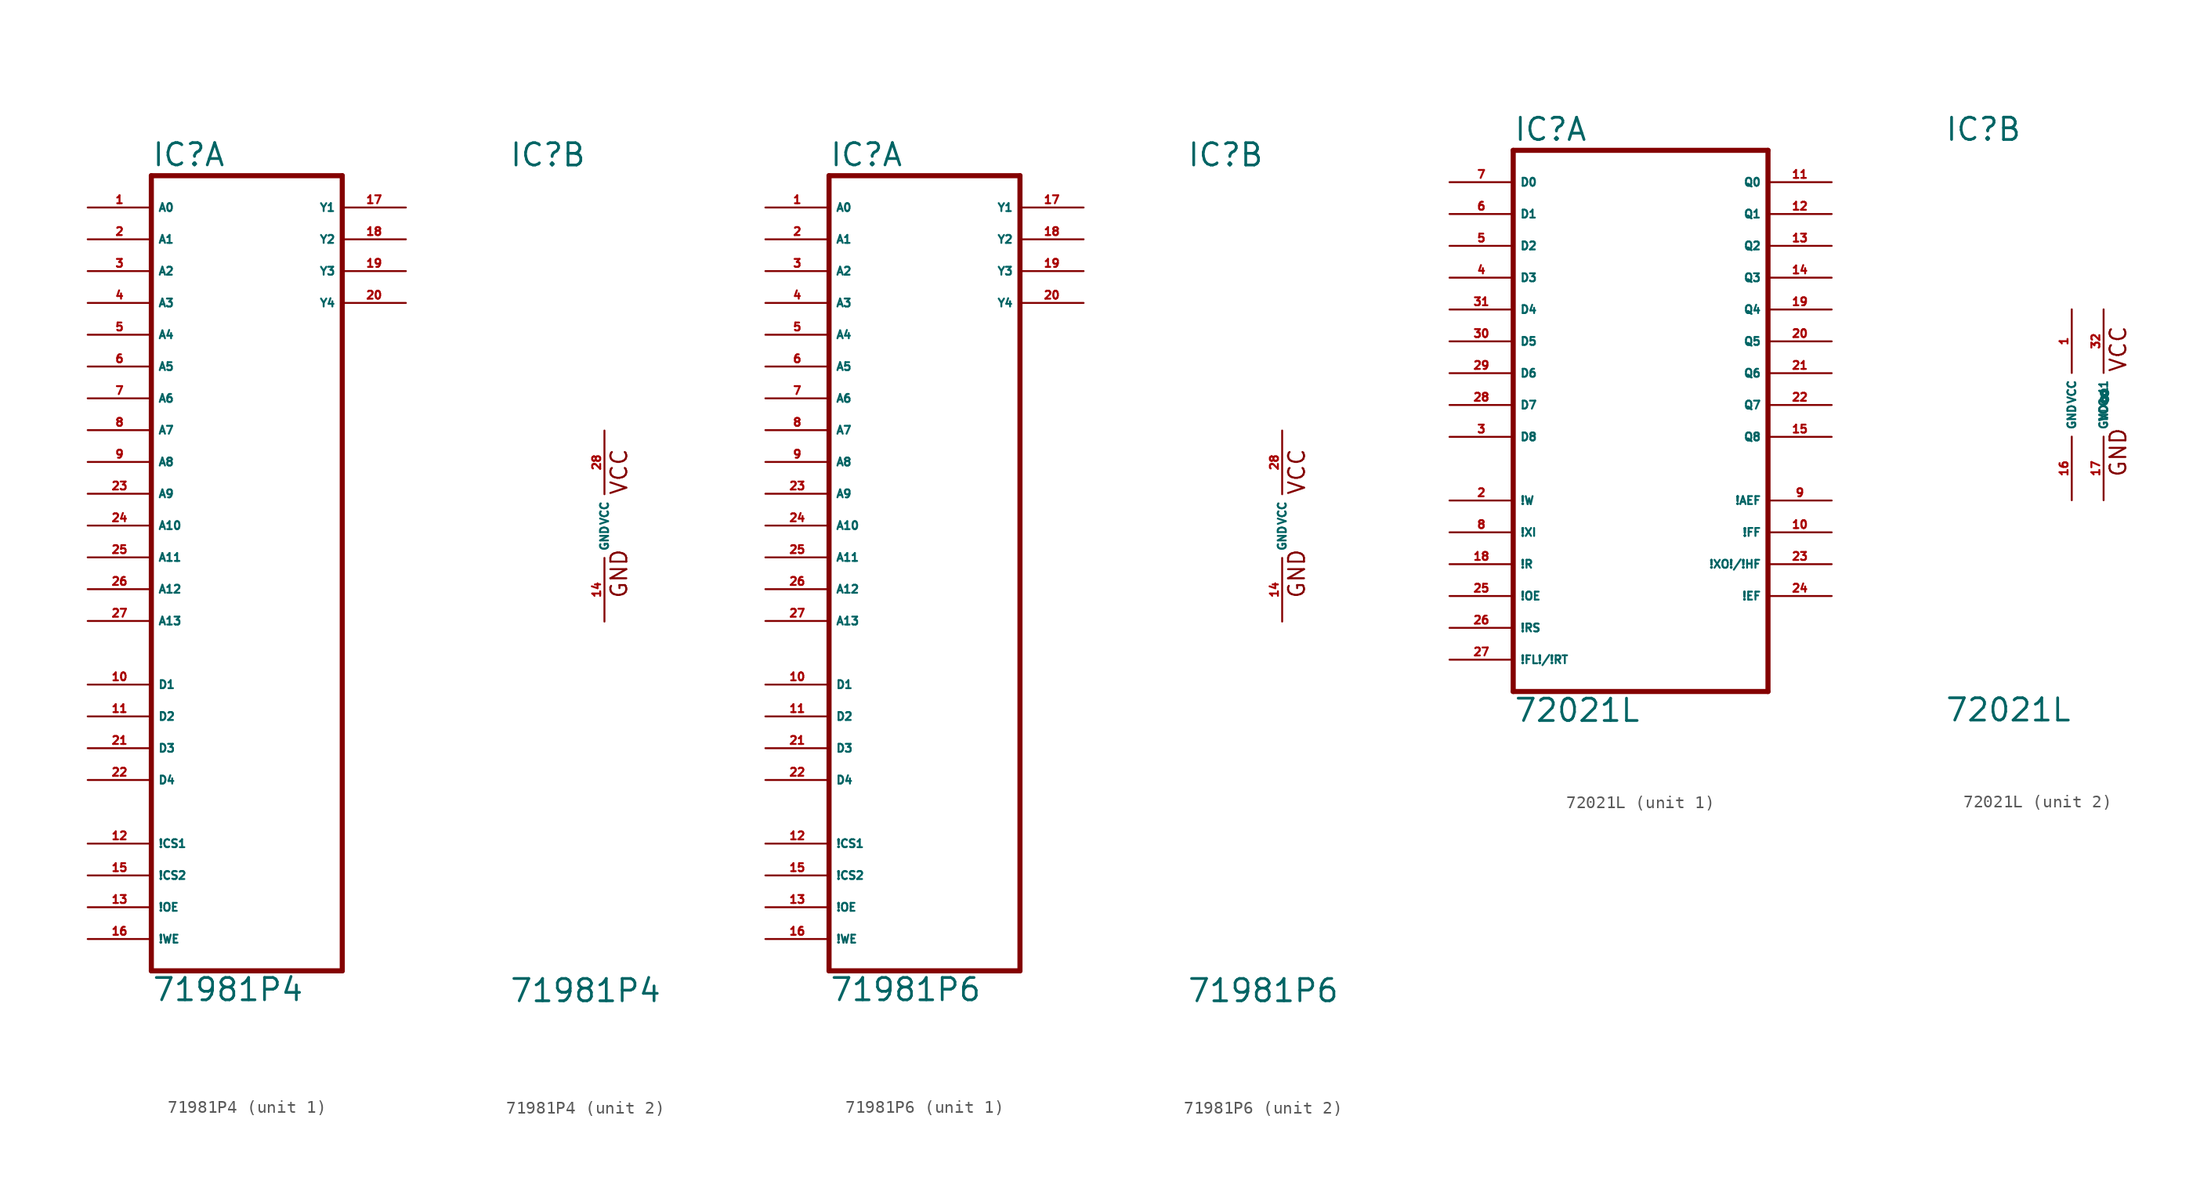
<source format=kicad_sym>
(kicad_symbol_lib
  (version 20220914)
  (generator Eagle2Kicad)
  (symbol "71981P4"
    (property "Reference" "IC"
      (at -7.62 28.575 0)
      (effects (font (size 1.778 1.778) (thickness 0.22)) (justify left bottom)))
    (property "Value" "71981P4"
      (at -7.62 -38.1 0)
      (effects (font (size 1.778 1.778) (thickness 0.22)) (justify left bottom)))
    (symbol "71981P4_1_0"
      (polyline (pts (xy -7.62 -35.56) (xy 7.62 -35.56)) (stroke (width 0.406) (type default)) (fill (type none)))
      (polyline (pts (xy 7.62 -35.56) (xy 7.62 27.94)) (stroke (width 0.406) (type default)) (fill (type none)))
      (polyline (pts (xy 7.62 27.94) (xy -7.62 27.94)) (stroke (width 0.406) (type default)) (fill (type none)))
      (polyline (pts (xy -7.62 27.94) (xy -7.62 -35.56)) (stroke (width 0.406) (type default)) (fill (type none)))
      (pin input line (at -12.7 25.4 0) (length 5.08) (name "A0" (effects (font (size 0.635 0.635) (thickness 0.08)) (justify left bottom))) (number "1" (effects (font (size 0.635 0.635) (thickness 0.08)) (justify left bottom))))
      (pin input line (at -12.7 22.86 0) (length 5.08) (name "A1" (effects (font (size 0.635 0.635) (thickness 0.08)) (justify left bottom))) (number "2" (effects (font (size 0.635 0.635) (thickness 0.08)) (justify left bottom))))
      (pin input line (at -12.7 20.32 0) (length 5.08) (name "A2" (effects (font (size 0.635 0.635) (thickness 0.08)) (justify left bottom))) (number "3" (effects (font (size 0.635 0.635) (thickness 0.08)) (justify left bottom))))
      (pin input line (at -12.7 17.78 0) (length 5.08) (name "A3" (effects (font (size 0.635 0.635) (thickness 0.08)) (justify left bottom))) (number "4" (effects (font (size 0.635 0.635) (thickness 0.08)) (justify left bottom))))
      (pin input line (at -12.7 15.24 0) (length 5.08) (name "A4" (effects (font (size 0.635 0.635) (thickness 0.08)) (justify left bottom))) (number "5" (effects (font (size 0.635 0.635) (thickness 0.08)) (justify left bottom))))
      (pin input line (at -12.7 12.7 0) (length 5.08) (name "A5" (effects (font (size 0.635 0.635) (thickness 0.08)) (justify left bottom))) (number "6" (effects (font (size 0.635 0.635) (thickness 0.08)) (justify left bottom))))
      (pin input line (at -12.7 10.16 0) (length 5.08) (name "A6" (effects (font (size 0.635 0.635) (thickness 0.08)) (justify left bottom))) (number "7" (effects (font (size 0.635 0.635) (thickness 0.08)) (justify left bottom))))
      (pin input line (at -12.7 7.62 0) (length 5.08) (name "A7" (effects (font (size 0.635 0.635) (thickness 0.08)) (justify left bottom))) (number "8" (effects (font (size 0.635 0.635) (thickness 0.08)) (justify left bottom))))
      (pin input line (at -12.7 5.08 0) (length 5.08) (name "A8" (effects (font (size 0.635 0.635) (thickness 0.08)) (justify left bottom))) (number "9" (effects (font (size 0.635 0.635) (thickness 0.08)) (justify left bottom))))
      (pin input line (at -12.7 2.54 0) (length 5.08) (name "A9" (effects (font (size 0.635 0.635) (thickness 0.08)) (justify left bottom))) (number "23" (effects (font (size 0.635 0.635) (thickness 0.08)) (justify left bottom))))
      (pin input line (at -12.7 0 0) (length 5.08) (name "A10" (effects (font (size 0.635 0.635) (thickness 0.08)) (justify left bottom))) (number "24" (effects (font (size 0.635 0.635) (thickness 0.08)) (justify left bottom))))
      (pin input line (at -12.7 -2.54 0) (length 5.08) (name "A11" (effects (font (size 0.635 0.635) (thickness 0.08)) (justify left bottom))) (number "25" (effects (font (size 0.635 0.635) (thickness 0.08)) (justify left bottom))))
      (pin input line (at -12.7 -5.08 0) (length 5.08) (name "A12" (effects (font (size 0.635 0.635) (thickness 0.08)) (justify left bottom))) (number "26" (effects (font (size 0.635 0.635) (thickness 0.08)) (justify left bottom))))
      (pin input line (at -12.7 -7.62 0) (length 5.08) (name "A13" (effects (font (size 0.635 0.635) (thickness 0.08)) (justify left bottom))) (number "27" (effects (font (size 0.635 0.635) (thickness 0.08)) (justify left bottom))))
      (pin input line (at -12.7 -12.7 0) (length 5.08) (name "D1" (effects (font (size 0.635 0.635) (thickness 0.08)) (justify left bottom))) (number "10" (effects (font (size 0.635 0.635) (thickness 0.08)) (justify left bottom))))
      (pin input line (at -12.7 -15.24 0) (length 5.08) (name "D2" (effects (font (size 0.635 0.635) (thickness 0.08)) (justify left bottom))) (number "11" (effects (font (size 0.635 0.635) (thickness 0.08)) (justify left bottom))))
      (pin input line (at -12.7 -17.78 0) (length 5.08) (name "D3" (effects (font (size 0.635 0.635) (thickness 0.08)) (justify left bottom))) (number "21" (effects (font (size 0.635 0.635) (thickness 0.08)) (justify left bottom))))
      (pin input line (at -12.7 -20.32 0) (length 5.08) (name "D4" (effects (font (size 0.635 0.635) (thickness 0.08)) (justify left bottom))) (number "22" (effects (font (size 0.635 0.635) (thickness 0.08)) (justify left bottom))))
      (pin input line (at -12.7 -25.4 0) (length 5.08) (name "!CS1" (effects (font (size 0.635 0.635) (thickness 0.08)) (justify left bottom))) (number "12" (effects (font (size 0.635 0.635) (thickness 0.08)) (justify left bottom))))
      (pin input line (at -12.7 -27.94 0) (length 5.08) (name "!CS2" (effects (font (size 0.635 0.635) (thickness 0.08)) (justify left bottom))) (number "15" (effects (font (size 0.635 0.635) (thickness 0.08)) (justify left bottom))))
      (pin input line (at -12.7 -30.48 0) (length 5.08) (name "!OE" (effects (font (size 0.635 0.635) (thickness 0.08)) (justify left bottom))) (number "13" (effects (font (size 0.635 0.635) (thickness 0.08)) (justify left bottom))))
      (pin input line (at -12.7 -33.02 0) (length 5.08) (name "!WE" (effects (font (size 0.635 0.635) (thickness 0.08)) (justify left bottom))) (number "16" (effects (font (size 0.635 0.635) (thickness 0.08)) (justify left bottom))))
      (pin output line (at 12.7 25.4 180) (length 5.08) (name "Y1" (effects (font (size 0.635 0.635) (thickness 0.08)) (justify left bottom))) (number "17" (effects (font (size 0.635 0.635) (thickness 0.08)) (justify left bottom))))
      (pin output line (at 12.7 22.86 180) (length 5.08) (name "Y2" (effects (font (size 0.635 0.635) (thickness 0.08)) (justify left bottom))) (number "18" (effects (font (size 0.635 0.635) (thickness 0.08)) (justify left bottom))))
      (pin output line (at 12.7 20.32 180) (length 5.08) (name "Y3" (effects (font (size 0.635 0.635) (thickness 0.08)) (justify left bottom))) (number "19" (effects (font (size 0.635 0.635) (thickness 0.08)) (justify left bottom))))
      (pin output line (at 12.7 17.78 180) (length 5.08) (name "Y4" (effects (font (size 0.635 0.635) (thickness 0.08)) (justify left bottom))) (number "20" (effects (font (size 0.635 0.635) (thickness 0.08)) (justify left bottom)))))
    (symbol "71981P4_2_0"
      (text "GND" (at 1.905 -5.842 900) (effects (font (size 1.27 1.27) (thickness 0.16)) (justify left bottom)))
      (text "VCC" (at 1.905 2.413 900) (effects (font (size 1.27 1.27) (thickness 0.16)) (justify left bottom)))
      (pin unspecified line (at 0 7.62 270) (length 5.08) (name "VCC" (effects (font (size 0.635 0.635) (thickness 0.08)) (justify left bottom))) (number "28" (effects (font (size 0.635 0.635) (thickness 0.08)) (justify left bottom))))
      (pin unspecified line (at 0 -7.62 90) (length 5.08) (name "GND" (effects (font (size 0.635 0.635) (thickness 0.08)) (justify left bottom))) (number "14" (effects (font (size 0.635 0.635) (thickness 0.08)) (justify left bottom))))))
  (symbol "71981P6"
    (property "Reference" "IC"
      (at -7.62 28.575 0)
      (effects (font (size 1.778 1.778) (thickness 0.22)) (justify left bottom)))
    (property "Value" "71981P6"
      (at -7.62 -38.1 0)
      (effects (font (size 1.778 1.778) (thickness 0.22)) (justify left bottom)))
    (symbol "71981P6_1_0"
      (polyline (pts (xy -7.62 -35.56) (xy 7.62 -35.56)) (stroke (width 0.406) (type default)) (fill (type none)))
      (polyline (pts (xy 7.62 -35.56) (xy 7.62 27.94)) (stroke (width 0.406) (type default)) (fill (type none)))
      (polyline (pts (xy 7.62 27.94) (xy -7.62 27.94)) (stroke (width 0.406) (type default)) (fill (type none)))
      (polyline (pts (xy -7.62 27.94) (xy -7.62 -35.56)) (stroke (width 0.406) (type default)) (fill (type none)))
      (pin input line (at -12.7 25.4 0) (length 5.08) (name "A0" (effects (font (size 0.635 0.635) (thickness 0.08)) (justify left bottom))) (number "1" (effects (font (size 0.635 0.635) (thickness 0.08)) (justify left bottom))))
      (pin input line (at -12.7 22.86 0) (length 5.08) (name "A1" (effects (font (size 0.635 0.635) (thickness 0.08)) (justify left bottom))) (number "2" (effects (font (size 0.635 0.635) (thickness 0.08)) (justify left bottom))))
      (pin input line (at -12.7 20.32 0) (length 5.08) (name "A2" (effects (font (size 0.635 0.635) (thickness 0.08)) (justify left bottom))) (number "3" (effects (font (size 0.635 0.635) (thickness 0.08)) (justify left bottom))))
      (pin input line (at -12.7 17.78 0) (length 5.08) (name "A3" (effects (font (size 0.635 0.635) (thickness 0.08)) (justify left bottom))) (number "4" (effects (font (size 0.635 0.635) (thickness 0.08)) (justify left bottom))))
      (pin input line (at -12.7 15.24 0) (length 5.08) (name "A4" (effects (font (size 0.635 0.635) (thickness 0.08)) (justify left bottom))) (number "5" (effects (font (size 0.635 0.635) (thickness 0.08)) (justify left bottom))))
      (pin input line (at -12.7 12.7 0) (length 5.08) (name "A5" (effects (font (size 0.635 0.635) (thickness 0.08)) (justify left bottom))) (number "6" (effects (font (size 0.635 0.635) (thickness 0.08)) (justify left bottom))))
      (pin input line (at -12.7 10.16 0) (length 5.08) (name "A6" (effects (font (size 0.635 0.635) (thickness 0.08)) (justify left bottom))) (number "7" (effects (font (size 0.635 0.635) (thickness 0.08)) (justify left bottom))))
      (pin input line (at -12.7 7.62 0) (length 5.08) (name "A7" (effects (font (size 0.635 0.635) (thickness 0.08)) (justify left bottom))) (number "8" (effects (font (size 0.635 0.635) (thickness 0.08)) (justify left bottom))))
      (pin input line (at -12.7 5.08 0) (length 5.08) (name "A8" (effects (font (size 0.635 0.635) (thickness 0.08)) (justify left bottom))) (number "9" (effects (font (size 0.635 0.635) (thickness 0.08)) (justify left bottom))))
      (pin input line (at -12.7 2.54 0) (length 5.08) (name "A9" (effects (font (size 0.635 0.635) (thickness 0.08)) (justify left bottom))) (number "23" (effects (font (size 0.635 0.635) (thickness 0.08)) (justify left bottom))))
      (pin input line (at -12.7 0 0) (length 5.08) (name "A10" (effects (font (size 0.635 0.635) (thickness 0.08)) (justify left bottom))) (number "24" (effects (font (size 0.635 0.635) (thickness 0.08)) (justify left bottom))))
      (pin input line (at -12.7 -2.54 0) (length 5.08) (name "A11" (effects (font (size 0.635 0.635) (thickness 0.08)) (justify left bottom))) (number "25" (effects (font (size 0.635 0.635) (thickness 0.08)) (justify left bottom))))
      (pin input line (at -12.7 -5.08 0) (length 5.08) (name "A12" (effects (font (size 0.635 0.635) (thickness 0.08)) (justify left bottom))) (number "26" (effects (font (size 0.635 0.635) (thickness 0.08)) (justify left bottom))))
      (pin input line (at -12.7 -7.62 0) (length 5.08) (name "A13" (effects (font (size 0.635 0.635) (thickness 0.08)) (justify left bottom))) (number "27" (effects (font (size 0.635 0.635) (thickness 0.08)) (justify left bottom))))
      (pin input line (at -12.7 -12.7 0) (length 5.08) (name "D1" (effects (font (size 0.635 0.635) (thickness 0.08)) (justify left bottom))) (number "10" (effects (font (size 0.635 0.635) (thickness 0.08)) (justify left bottom))))
      (pin input line (at -12.7 -15.24 0) (length 5.08) (name "D2" (effects (font (size 0.635 0.635) (thickness 0.08)) (justify left bottom))) (number "11" (effects (font (size 0.635 0.635) (thickness 0.08)) (justify left bottom))))
      (pin input line (at -12.7 -17.78 0) (length 5.08) (name "D3" (effects (font (size 0.635 0.635) (thickness 0.08)) (justify left bottom))) (number "21" (effects (font (size 0.635 0.635) (thickness 0.08)) (justify left bottom))))
      (pin input line (at -12.7 -20.32 0) (length 5.08) (name "D4" (effects (font (size 0.635 0.635) (thickness 0.08)) (justify left bottom))) (number "22" (effects (font (size 0.635 0.635) (thickness 0.08)) (justify left bottom))))
      (pin input line (at -12.7 -25.4 0) (length 5.08) (name "!CS1" (effects (font (size 0.635 0.635) (thickness 0.08)) (justify left bottom))) (number "12" (effects (font (size 0.635 0.635) (thickness 0.08)) (justify left bottom))))
      (pin input line (at -12.7 -27.94 0) (length 5.08) (name "!CS2" (effects (font (size 0.635 0.635) (thickness 0.08)) (justify left bottom))) (number "15" (effects (font (size 0.635 0.635) (thickness 0.08)) (justify left bottom))))
      (pin input line (at -12.7 -30.48 0) (length 5.08) (name "!OE" (effects (font (size 0.635 0.635) (thickness 0.08)) (justify left bottom))) (number "13" (effects (font (size 0.635 0.635) (thickness 0.08)) (justify left bottom))))
      (pin input line (at -12.7 -33.02 0) (length 5.08) (name "!WE" (effects (font (size 0.635 0.635) (thickness 0.08)) (justify left bottom))) (number "16" (effects (font (size 0.635 0.635) (thickness 0.08)) (justify left bottom))))
      (pin output line (at 12.7 25.4 180) (length 5.08) (name "Y1" (effects (font (size 0.635 0.635) (thickness 0.08)) (justify left bottom))) (number "17" (effects (font (size 0.635 0.635) (thickness 0.08)) (justify left bottom))))
      (pin output line (at 12.7 22.86 180) (length 5.08) (name "Y2" (effects (font (size 0.635 0.635) (thickness 0.08)) (justify left bottom))) (number "18" (effects (font (size 0.635 0.635) (thickness 0.08)) (justify left bottom))))
      (pin output line (at 12.7 20.32 180) (length 5.08) (name "Y3" (effects (font (size 0.635 0.635) (thickness 0.08)) (justify left bottom))) (number "19" (effects (font (size 0.635 0.635) (thickness 0.08)) (justify left bottom))))
      (pin output line (at 12.7 17.78 180) (length 5.08) (name "Y4" (effects (font (size 0.635 0.635) (thickness 0.08)) (justify left bottom))) (number "20" (effects (font (size 0.635 0.635) (thickness 0.08)) (justify left bottom)))))
    (symbol "71981P6_2_0"
      (text "GND" (at 1.905 -5.842 900) (effects (font (size 1.27 1.27) (thickness 0.16)) (justify left bottom)))
      (text "VCC" (at 1.905 2.413 900) (effects (font (size 1.27 1.27) (thickness 0.16)) (justify left bottom)))
      (pin unspecified line (at 0 7.62 270) (length 5.08) (name "VCC" (effects (font (size 0.635 0.635) (thickness 0.08)) (justify left bottom))) (number "28" (effects (font (size 0.635 0.635) (thickness 0.08)) (justify left bottom))))
      (pin unspecified line (at 0 -7.62 90) (length 5.08) (name "GND" (effects (font (size 0.635 0.635) (thickness 0.08)) (justify left bottom))) (number "14" (effects (font (size 0.635 0.635) (thickness 0.08)) (justify left bottom))))))
  (symbol "72021L"
    (property "Reference" "IC"
      (at -10.16 20.955 0)
      (effects (font (size 1.778 1.778) (thickness 0.22)) (justify left bottom)))
    (property "Value" "72021L"
      (at -10.16 -25.4 0)
      (effects (font (size 1.778 1.778) (thickness 0.22)) (justify left bottom)))
    (symbol "72021L_1_0"
      (polyline (pts (xy -10.16 -22.86) (xy 10.16 -22.86)) (stroke (width 0.406) (type default)) (fill (type none)))
      (polyline (pts (xy 10.16 -22.86) (xy 10.16 20.32)) (stroke (width 0.406) (type default)) (fill (type none)))
      (polyline (pts (xy 10.16 20.32) (xy -10.16 20.32)) (stroke (width 0.406) (type default)) (fill (type none)))
      (polyline (pts (xy -10.16 20.32) (xy -10.16 -22.86)) (stroke (width 0.406) (type default)) (fill (type none)))
      (pin input line (at -15.24 17.78 0) (length 5.08) (name "D0" (effects (font (size 0.635 0.635) (thickness 0.08)) (justify left bottom))) (number "7" (effects (font (size 0.635 0.635) (thickness 0.08)) (justify left bottom))))
      (pin input line (at -15.24 15.24 0) (length 5.08) (name "D1" (effects (font (size 0.635 0.635) (thickness 0.08)) (justify left bottom))) (number "6" (effects (font (size 0.635 0.635) (thickness 0.08)) (justify left bottom))))
      (pin input line (at -15.24 12.7 0) (length 5.08) (name "D2" (effects (font (size 0.635 0.635) (thickness 0.08)) (justify left bottom))) (number "5" (effects (font (size 0.635 0.635) (thickness 0.08)) (justify left bottom))))
      (pin input line (at -15.24 10.16 0) (length 5.08) (name "D3" (effects (font (size 0.635 0.635) (thickness 0.08)) (justify left bottom))) (number "4" (effects (font (size 0.635 0.635) (thickness 0.08)) (justify left bottom))))
      (pin input line (at -15.24 7.62 0) (length 5.08) (name "D4" (effects (font (size 0.635 0.635) (thickness 0.08)) (justify left bottom))) (number "31" (effects (font (size 0.635 0.635) (thickness 0.08)) (justify left bottom))))
      (pin input line (at -15.24 5.08 0) (length 5.08) (name "D5" (effects (font (size 0.635 0.635) (thickness 0.08)) (justify left bottom))) (number "30" (effects (font (size 0.635 0.635) (thickness 0.08)) (justify left bottom))))
      (pin input line (at -15.24 2.54 0) (length 5.08) (name "D6" (effects (font (size 0.635 0.635) (thickness 0.08)) (justify left bottom))) (number "29" (effects (font (size 0.635 0.635) (thickness 0.08)) (justify left bottom))))
      (pin input line (at -15.24 0 0) (length 5.08) (name "D7" (effects (font (size 0.635 0.635) (thickness 0.08)) (justify left bottom))) (number "28" (effects (font (size 0.635 0.635) (thickness 0.08)) (justify left bottom))))
      (pin input line (at -15.24 -2.54 0) (length 5.08) (name "D8" (effects (font (size 0.635 0.635) (thickness 0.08)) (justify left bottom))) (number "3" (effects (font (size 0.635 0.635) (thickness 0.08)) (justify left bottom))))
      (pin input line (at -15.24 -7.62 0) (length 5.08) (name "!W" (effects (font (size 0.635 0.635) (thickness 0.08)) (justify left bottom))) (number "2" (effects (font (size 0.635 0.635) (thickness 0.08)) (justify left bottom))))
      (pin input line (at -15.24 -10.16 0) (length 5.08) (name "!XI" (effects (font (size 0.635 0.635) (thickness 0.08)) (justify left bottom))) (number "8" (effects (font (size 0.635 0.635) (thickness 0.08)) (justify left bottom))))
      (pin input line (at -15.24 -12.7 0) (length 5.08) (name "!R" (effects (font (size 0.635 0.635) (thickness 0.08)) (justify left bottom))) (number "18" (effects (font (size 0.635 0.635) (thickness 0.08)) (justify left bottom))))
      (pin input line (at -15.24 -15.24 0) (length 5.08) (name "!OE" (effects (font (size 0.635 0.635) (thickness 0.08)) (justify left bottom))) (number "25" (effects (font (size 0.635 0.635) (thickness 0.08)) (justify left bottom))))
      (pin input line (at -15.24 -17.78 0) (length 5.08) (name "!RS" (effects (font (size 0.635 0.635) (thickness 0.08)) (justify left bottom))) (number "26" (effects (font (size 0.635 0.635) (thickness 0.08)) (justify left bottom))))
      (pin input line (at -15.24 -20.32 0) (length 5.08) (name "!FL!/!RT" (effects (font (size 0.635 0.635) (thickness 0.08)) (justify left bottom))) (number "27" (effects (font (size 0.635 0.635) (thickness 0.08)) (justify left bottom))))
      (pin output line (at 15.24 17.78 180) (length 5.08) (name "Q0" (effects (font (size 0.635 0.635) (thickness 0.08)) (justify left bottom))) (number "11" (effects (font (size 0.635 0.635) (thickness 0.08)) (justify left bottom))))
      (pin output line (at 15.24 15.24 180) (length 5.08) (name "Q1" (effects (font (size 0.635 0.635) (thickness 0.08)) (justify left bottom))) (number "12" (effects (font (size 0.635 0.635) (thickness 0.08)) (justify left bottom))))
      (pin output line (at 15.24 12.7 180) (length 5.08) (name "Q2" (effects (font (size 0.635 0.635) (thickness 0.08)) (justify left bottom))) (number "13" (effects (font (size 0.635 0.635) (thickness 0.08)) (justify left bottom))))
      (pin output line (at 15.24 10.16 180) (length 5.08) (name "Q3" (effects (font (size 0.635 0.635) (thickness 0.08)) (justify left bottom))) (number "14" (effects (font (size 0.635 0.635) (thickness 0.08)) (justify left bottom))))
      (pin output line (at 15.24 7.62 180) (length 5.08) (name "Q4" (effects (font (size 0.635 0.635) (thickness 0.08)) (justify left bottom))) (number "19" (effects (font (size 0.635 0.635) (thickness 0.08)) (justify left bottom))))
      (pin output line (at 15.24 5.08 180) (length 5.08) (name "Q5" (effects (font (size 0.635 0.635) (thickness 0.08)) (justify left bottom))) (number "20" (effects (font (size 0.635 0.635) (thickness 0.08)) (justify left bottom))))
      (pin output line (at 15.24 2.54 180) (length 5.08) (name "Q6" (effects (font (size 0.635 0.635) (thickness 0.08)) (justify left bottom))) (number "21" (effects (font (size 0.635 0.635) (thickness 0.08)) (justify left bottom))))
      (pin output line (at 15.24 0 180) (length 5.08) (name "Q7" (effects (font (size 0.635 0.635) (thickness 0.08)) (justify left bottom))) (number "22" (effects (font (size 0.635 0.635) (thickness 0.08)) (justify left bottom))))
      (pin output line (at 15.24 -2.54 180) (length 5.08) (name "Q8" (effects (font (size 0.635 0.635) (thickness 0.08)) (justify left bottom))) (number "15" (effects (font (size 0.635 0.635) (thickness 0.08)) (justify left bottom))))
      (pin output line (at 15.24 -7.62 180) (length 5.08) (name "!AEF" (effects (font (size 0.635 0.635) (thickness 0.08)) (justify left bottom))) (number "9" (effects (font (size 0.635 0.635) (thickness 0.08)) (justify left bottom))))
      (pin output line (at 15.24 -10.16 180) (length 5.08) (name "!FF" (effects (font (size 0.635 0.635) (thickness 0.08)) (justify left bottom))) (number "10" (effects (font (size 0.635 0.635) (thickness 0.08)) (justify left bottom))))
      (pin output line (at 15.24 -12.7 180) (length 5.08) (name "!XO!/!HF" (effects (font (size 0.635 0.635) (thickness 0.08)) (justify left bottom))) (number "23" (effects (font (size 0.635 0.635) (thickness 0.08)) (justify left bottom))))
      (pin output line (at 15.24 -15.24 180) (length 5.08) (name "!EF" (effects (font (size 0.635 0.635) (thickness 0.08)) (justify left bottom))) (number "24" (effects (font (size 0.635 0.635) (thickness 0.08)) (justify left bottom)))))
    (symbol "72021L_2_0"
      (text "VCC" (at 4.445 2.54 900) (effects (font (size 1.27 1.27) (thickness 0.16)) (justify left bottom)))
      (text "GND" (at 4.445 -5.842 900) (effects (font (size 1.27 1.27) (thickness 0.16)) (justify left bottom)))
      (pin unspecified line (at 0 7.62 270) (length 5.08) (name "VCC" (effects (font (size 0.635 0.635) (thickness 0.08)) (justify left bottom))) (number "1" (effects (font (size 0.635 0.635) (thickness 0.08)) (justify left bottom))))
      (pin unspecified line (at 0 -7.62 90) (length 5.08) (name "GND" (effects (font (size 0.635 0.635) (thickness 0.08)) (justify left bottom))) (number "16" (effects (font (size 0.635 0.635) (thickness 0.08)) (justify left bottom))))
      (pin unspecified line (at 2.54 7.62 270) (length 5.08) (name "VCC@1" (effects (font (size 0.635 0.635) (thickness 0.08)) (justify left bottom))) (number "32" (effects (font (size 0.635 0.635) (thickness 0.08)) (justify left bottom))))
      (pin unspecified line (at 2.54 -7.62 90) (length 5.08) (name "GND@1" (effects (font (size 0.635 0.635) (thickness 0.08)) (justify left bottom))) (number "17" (effects (font (size 0.635 0.635) (thickness 0.08)) (justify left bottom)))))))
</source>
